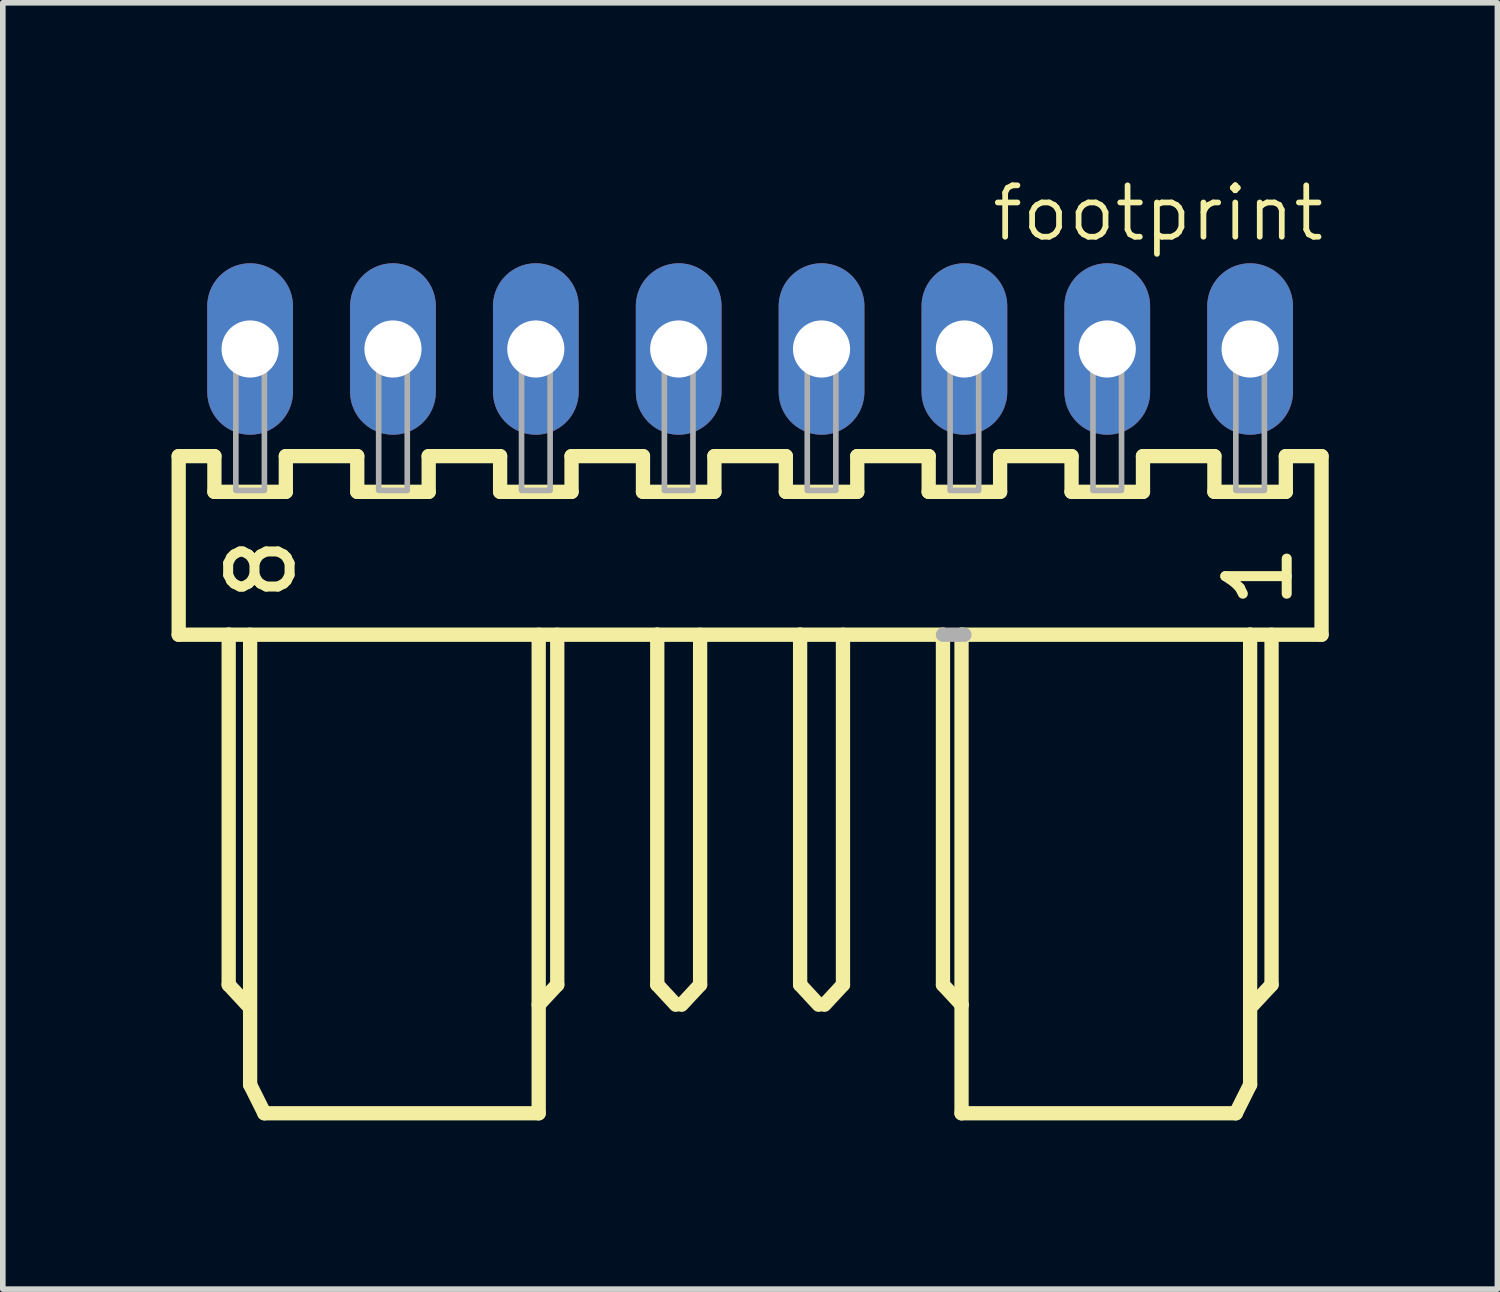
<source format=kicad_pcb>
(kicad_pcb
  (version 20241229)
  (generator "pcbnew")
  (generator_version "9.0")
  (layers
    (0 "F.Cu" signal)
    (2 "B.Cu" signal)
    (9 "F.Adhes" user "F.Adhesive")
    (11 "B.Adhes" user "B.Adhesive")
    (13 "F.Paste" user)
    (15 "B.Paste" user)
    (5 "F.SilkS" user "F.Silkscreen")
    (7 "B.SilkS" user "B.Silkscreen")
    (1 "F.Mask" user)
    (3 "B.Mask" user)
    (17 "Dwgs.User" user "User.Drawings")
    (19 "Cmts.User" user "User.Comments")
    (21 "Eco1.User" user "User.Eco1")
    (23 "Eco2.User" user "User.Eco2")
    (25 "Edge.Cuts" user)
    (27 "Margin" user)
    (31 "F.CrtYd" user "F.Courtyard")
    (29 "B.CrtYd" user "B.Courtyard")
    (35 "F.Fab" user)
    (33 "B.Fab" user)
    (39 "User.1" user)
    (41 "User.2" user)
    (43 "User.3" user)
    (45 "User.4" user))
  (footprint "footprint"
    (layer "F.Cu")
    (at 10.287 3.155)
    (property "Reference" "footprint" (at 10.26 -2.948 0) (layer "F.SilkS") (effects (font (size 0.914 0.914) (thickness 0.102)) (justify right top)))
    (fp_line (start -10.16 1.905) (end -10.16 5.08) (stroke (width 0.254) (type solid)) (layer "F.SilkS"))
    (fp_line (start -10.16 5.08) (end -9.271 5.08) (stroke (width 0.254) (type solid)) (layer "F.SilkS"))
    (fp_line (start -9.525 1.905) (end -10.16 1.905) (stroke (width 0.254) (type solid)) (layer "F.SilkS"))
    (fp_line (start -9.525 2.54) (end -9.525 1.905) (stroke (width 0.254) (type solid)) (layer "F.SilkS"))
    (fp_line (start -9.271 5.08) (end -9.271 11.303) (stroke (width 0.254) (type solid)) (layer "F.SilkS"))
    (fp_line (start -9.271 5.08) (end -1.651 5.08) (stroke (width 0.254) (type solid)) (layer "F.SilkS"))
    (fp_line (start -9.271 11.303) (end -8.941 11.659) (stroke (width 0.254) (type solid)) (layer "F.SilkS"))
    (fp_line (start -8.89 5.08) (end -8.89 13.081) (stroke (width 0.254) (type solid)) (layer "F.SilkS"))
    (fp_line (start -8.89 13.081) (end -8.636 13.589) (stroke (width 0.254) (type solid)) (layer "F.SilkS"))
    (fp_line (start -8.636 13.589) (end -3.759 13.589) (stroke (width 0.254) (type solid)) (layer "F.SilkS"))
    (fp_line (start -8.255 1.905) (end -8.255 2.54) (stroke (width 0.254) (type solid)) (layer "F.SilkS"))
    (fp_line (start -8.255 2.54) (end -9.525 2.54) (stroke (width 0.254) (type solid)) (layer "F.SilkS"))
    (fp_line (start -6.985 1.905) (end -8.255 1.905) (stroke (width 0.254) (type solid)) (layer "F.SilkS"))
    (fp_line (start -6.985 2.54) (end -6.985 1.905) (stroke (width 0.254) (type solid)) (layer "F.SilkS"))
    (fp_line (start -5.715 1.905) (end -5.715 2.54) (stroke (width 0.254) (type solid)) (layer "F.SilkS"))
    (fp_line (start -5.715 2.54) (end -6.985 2.54) (stroke (width 0.254) (type solid)) (layer "F.SilkS"))
    (fp_line (start -4.445 1.905) (end -5.715 1.905) (stroke (width 0.254) (type solid)) (layer "F.SilkS"))
    (fp_line (start -4.445 2.54) (end -4.445 1.905) (stroke (width 0.254) (type solid)) (layer "F.SilkS"))
    (fp_line (start -3.759 13.589) (end -3.759 5.08) (stroke (width 0.254) (type solid)) (layer "F.SilkS"))
    (fp_line (start -3.429 5.08) (end -3.429 11.303) (stroke (width 0.254) (type solid)) (layer "F.SilkS"))
    (fp_line (start -3.429 11.303) (end -3.759 11.659) (stroke (width 0.254) (type solid)) (layer "F.SilkS"))
    (fp_line (start -3.175 1.905) (end -3.175 2.54) (stroke (width 0.254) (type solid)) (layer "F.SilkS"))
    (fp_line (start -3.175 2.54) (end -4.445 2.54) (stroke (width 0.254) (type solid)) (layer "F.SilkS"))
    (fp_line (start -1.905 1.905) (end -3.175 1.905) (stroke (width 0.254) (type solid)) (layer "F.SilkS"))
    (fp_line (start -1.905 2.54) (end -1.905 1.905) (stroke (width 0.254) (type solid)) (layer "F.SilkS"))
    (fp_line (start -1.651 5.08) (end -1.651 11.303) (stroke (width 0.254) (type solid)) (layer "F.SilkS"))
    (fp_line (start -1.651 5.08) (end 0.889 5.08) (stroke (width 0.254) (type solid)) (layer "F.SilkS"))
    (fp_line (start -1.651 11.303) (end -1.321 11.659) (stroke (width 0.254) (type solid)) (layer "F.SilkS"))
    (fp_line (start -0.889 5.08) (end -0.889 11.303) (stroke (width 0.254) (type solid)) (layer "F.SilkS"))
    (fp_line (start -0.889 11.303) (end -1.219 11.659) (stroke (width 0.254) (type solid)) (layer "F.SilkS"))
    (fp_line (start -0.635 1.905) (end -0.635 2.54) (stroke (width 0.254) (type solid)) (layer "F.SilkS"))
    (fp_line (start -0.635 2.54) (end -1.905 2.54) (stroke (width 0.254) (type solid)) (layer "F.SilkS"))
    (fp_line (start 0.635 1.905) (end -0.635 1.905) (stroke (width 0.254) (type solid)) (layer "F.SilkS"))
    (fp_line (start 0.635 2.54) (end 0.635 1.905) (stroke (width 0.254) (type solid)) (layer "F.SilkS"))
    (fp_line (start 0.889 5.08) (end 0.889 11.303) (stroke (width 0.254) (type solid)) (layer "F.SilkS"))
    (fp_line (start 0.889 5.08) (end 3.429 5.08) (stroke (width 0.254) (type solid)) (layer "F.SilkS"))
    (fp_line (start 0.889 11.303) (end 1.219 11.659) (stroke (width 0.254) (type solid)) (layer "F.SilkS"))
    (fp_line (start 1.651 5.08) (end 1.651 11.303) (stroke (width 0.254) (type solid)) (layer "F.SilkS"))
    (fp_line (start 1.651 11.303) (end 1.321 11.659) (stroke (width 0.254) (type solid)) (layer "F.SilkS"))
    (fp_line (start 1.905 1.905) (end 1.905 2.54) (stroke (width 0.254) (type solid)) (layer "F.SilkS"))
    (fp_line (start 1.905 2.54) (end 0.635 2.54) (stroke (width 0.254) (type solid)) (layer "F.SilkS"))
    (fp_line (start 3.175 1.905) (end 1.905 1.905) (stroke (width 0.254) (type solid)) (layer "F.SilkS"))
    (fp_line (start 3.175 2.54) (end 3.175 1.905) (stroke (width 0.254) (type solid)) (layer "F.SilkS"))
    (fp_line (start 3.429 5.08) (end 3.429 11.303) (stroke (width 0.254) (type solid)) (layer "F.SilkS"))
    (fp_line (start 3.429 5.08) (end 3.759 5.08) (stroke (width 0.127) (type solid)) (layer "F.SilkS"))
    (fp_line (start 3.429 11.303) (end 3.759 11.659) (stroke (width 0.254) (type solid)) (layer "F.SilkS"))
    (fp_line (start 3.759 5.08) (end 8.89 5.08) (stroke (width 0.254) (type solid)) (layer "F.SilkS"))
    (fp_line (start 3.759 11.659) (end 3.759 5.08) (stroke (width 0.254) (type solid)) (layer "F.SilkS"))
    (fp_line (start 3.759 13.589) (end 3.759 11.659) (stroke (width 0.254) (type solid)) (layer "F.SilkS"))
    (fp_line (start 4.445 1.905) (end 4.445 2.54) (stroke (width 0.254) (type solid)) (layer "F.SilkS"))
    (fp_line (start 4.445 2.54) (end 3.175 2.54) (stroke (width 0.254) (type solid)) (layer "F.SilkS"))
    (fp_line (start 5.715 1.905) (end 4.445 1.905) (stroke (width 0.254) (type solid)) (layer "F.SilkS"))
    (fp_line (start 5.715 2.54) (end 5.715 1.905) (stroke (width 0.254) (type solid)) (layer "F.SilkS"))
    (fp_line (start 6.985 1.905) (end 6.985 2.54) (stroke (width 0.254) (type solid)) (layer "F.SilkS"))
    (fp_line (start 6.985 2.54) (end 5.715 2.54) (stroke (width 0.254) (type solid)) (layer "F.SilkS"))
    (fp_line (start 8.255 1.905) (end 6.985 1.905) (stroke (width 0.254) (type solid)) (layer "F.SilkS"))
    (fp_line (start 8.255 2.54) (end 8.255 1.905) (stroke (width 0.254) (type solid)) (layer "F.SilkS"))
    (fp_line (start 8.636 13.589) (end 3.759 13.589) (stroke (width 0.254) (type solid)) (layer "F.SilkS"))
    (fp_line (start 8.89 5.08) (end 8.89 13.081) (stroke (width 0.254) (type solid)) (layer "F.SilkS"))
    (fp_line (start 8.89 5.08) (end 10.16 5.08) (stroke (width 0.254) (type solid)) (layer "F.SilkS"))
    (fp_line (start 8.89 13.081) (end 8.636 13.589) (stroke (width 0.254) (type solid)) (layer "F.SilkS"))
    (fp_line (start 9.271 5.08) (end 9.271 11.303) (stroke (width 0.254) (type solid)) (layer "F.SilkS"))
    (fp_line (start 9.271 11.303) (end 8.941 11.659) (stroke (width 0.254) (type solid)) (layer "F.SilkS"))
    (fp_line (start 9.525 1.905) (end 9.525 2.54) (stroke (width 0.254) (type solid)) (layer "F.SilkS"))
    (fp_line (start 9.525 2.54) (end 8.255 2.54) (stroke (width 0.254) (type solid)) (layer "F.SilkS"))
    (fp_line (start 10.16 1.905) (end 9.525 1.905) (stroke (width 0.254) (type solid)) (layer "F.SilkS"))
    (fp_line (start 10.16 5.08) (end 10.16 1.905) (stroke (width 0.254) (type solid)) (layer "F.SilkS"))
    (fp_line (start 3.81 5.08) (end 3.429 5.08) (stroke (width 0.254) (type solid)) (layer "F.Fab"))
    (fp_poly (pts (xy -9.144 0.254) (xy -8.636 0.254) (xy -8.636 -0.254) (xy -9.144 -0.254)) (stroke (width 0.1) (type solid)) (fill no) (layer "F.Fab"))
    (fp_poly (pts (xy -9.144 2.515) (xy -8.636 2.515) (xy -8.636 0.279) (xy -9.144 0.279)) (stroke (width 0.1) (type solid)) (fill no) (layer "F.Fab"))
    (fp_poly (pts (xy -6.604 0.254) (xy -6.096 0.254) (xy -6.096 -0.254) (xy -6.604 -0.254)) (stroke (width 0.1) (type solid)) (fill no) (layer "F.Fab"))
    (fp_poly (pts (xy -6.604 2.515) (xy -6.096 2.515) (xy -6.096 0.279) (xy -6.604 0.279)) (stroke (width 0.1) (type solid)) (fill no) (layer "F.Fab"))
    (fp_poly (pts (xy -4.064 0.254) (xy -3.556 0.254) (xy -3.556 -0.254) (xy -4.064 -0.254)) (stroke (width 0.1) (type solid)) (fill no) (layer "F.Fab"))
    (fp_poly (pts (xy -4.064 2.515) (xy -3.556 2.515) (xy -3.556 0.279) (xy -4.064 0.279)) (stroke (width 0.1) (type solid)) (fill no) (layer "F.Fab"))
    (fp_poly (pts (xy -1.524 0.254) (xy -1.016 0.254) (xy -1.016 -0.254) (xy -1.524 -0.254)) (stroke (width 0.1) (type solid)) (fill no) (layer "F.Fab"))
    (fp_poly (pts (xy -1.524 2.515) (xy -1.016 2.515) (xy -1.016 0.279) (xy -1.524 0.279)) (stroke (width 0.1) (type solid)) (fill no) (layer "F.Fab"))
    (fp_poly (pts (xy 1.016 0.254) (xy 1.524 0.254) (xy 1.524 -0.254) (xy 1.016 -0.254)) (stroke (width 0.1) (type solid)) (fill no) (layer "F.Fab"))
    (fp_poly (pts (xy 1.016 2.515) (xy 1.524 2.515) (xy 1.524 0.279) (xy 1.016 0.279)) (stroke (width 0.1) (type solid)) (fill no) (layer "F.Fab"))
    (fp_poly (pts (xy 3.556 0.254) (xy 4.064 0.254) (xy 4.064 -0.254) (xy 3.556 -0.254)) (stroke (width 0.1) (type solid)) (fill no) (layer "F.Fab"))
    (fp_poly (pts (xy 3.556 2.515) (xy 4.064 2.515) (xy 4.064 0.279) (xy 3.556 0.279)) (stroke (width 0.1) (type solid)) (fill no) (layer "F.Fab"))
    (fp_poly (pts (xy 6.096 0.254) (xy 6.604 0.254) (xy 6.604 -0.254) (xy 6.096 -0.254)) (stroke (width 0.1) (type solid)) (fill no) (layer "F.Fab"))
    (fp_poly (pts (xy 6.096 2.515) (xy 6.604 2.515) (xy 6.604 0.279) (xy 6.096 0.279)) (stroke (width 0.1) (type solid)) (fill no) (layer "F.Fab"))
    (fp_poly (pts (xy 8.636 0.254) (xy 9.144 0.254) (xy 9.144 -0.254) (xy 8.636 -0.254)) (stroke (width 0.1) (type solid)) (fill no) (layer "F.Fab"))
    (fp_poly (pts (xy 8.636 2.515) (xy 9.144 2.515) (xy 9.144 0.279) (xy 8.636 0.279)) (stroke (width 0.1) (type solid)) (fill no) (layer "F.Fab"))
    (fp_text user "1" (at 8.406 3.402 90) (layer "F.SilkS") (effects (font (size 1.092 1.092) (thickness 0.178)) (justify right top)))
    (fp_text user "8" (at -9.323 3.275 90) (layer "F.SilkS") (effects (font (size 1.092 1.092) (thickness 0.178)) (justify right top)))
    (pad "1" thru_hole oval (at 8.89 0 90) (size 3.048 1.524) (drill 1.016) (layers "*.Cu" "*.Mask"))
    (pad "2" thru_hole oval (at 6.35 0 90) (size 3.048 1.524) (drill 1.016) (layers "*.Cu" "*.Mask"))
    (pad "3" thru_hole oval (at 3.81 0 90) (size 3.048 1.524) (drill 1.016) (layers "*.Cu" "*.Mask"))
    (pad "4" thru_hole oval (at 1.27 0 90) (size 3.048 1.524) (drill 1.016) (layers "*.Cu" "*.Mask"))
    (pad "5" thru_hole oval (at -1.27 0 90) (size 3.048 1.524) (drill 1.016) (layers "*.Cu" "*.Mask"))
    (pad "6" thru_hole oval (at -3.81 0 90) (size 3.048 1.524) (drill 1.016) (layers "*.Cu" "*.Mask"))
    (pad "7" thru_hole oval (at -6.35 0 90) (size 3.048 1.524) (drill 1.016) (layers "*.Cu" "*.Mask"))
    (pad "8" thru_hole oval (at -8.89 0 90) (size 3.048 1.524) (drill 1.016) (layers "*.Cu" "*.Mask")))
  (gr_rect
    (start -3 -3)
    (end 23.574 19.871)
    (stroke (width 0.1) (type default))
    (fill no)
    (layer "Edge.Cuts")))
</source>
